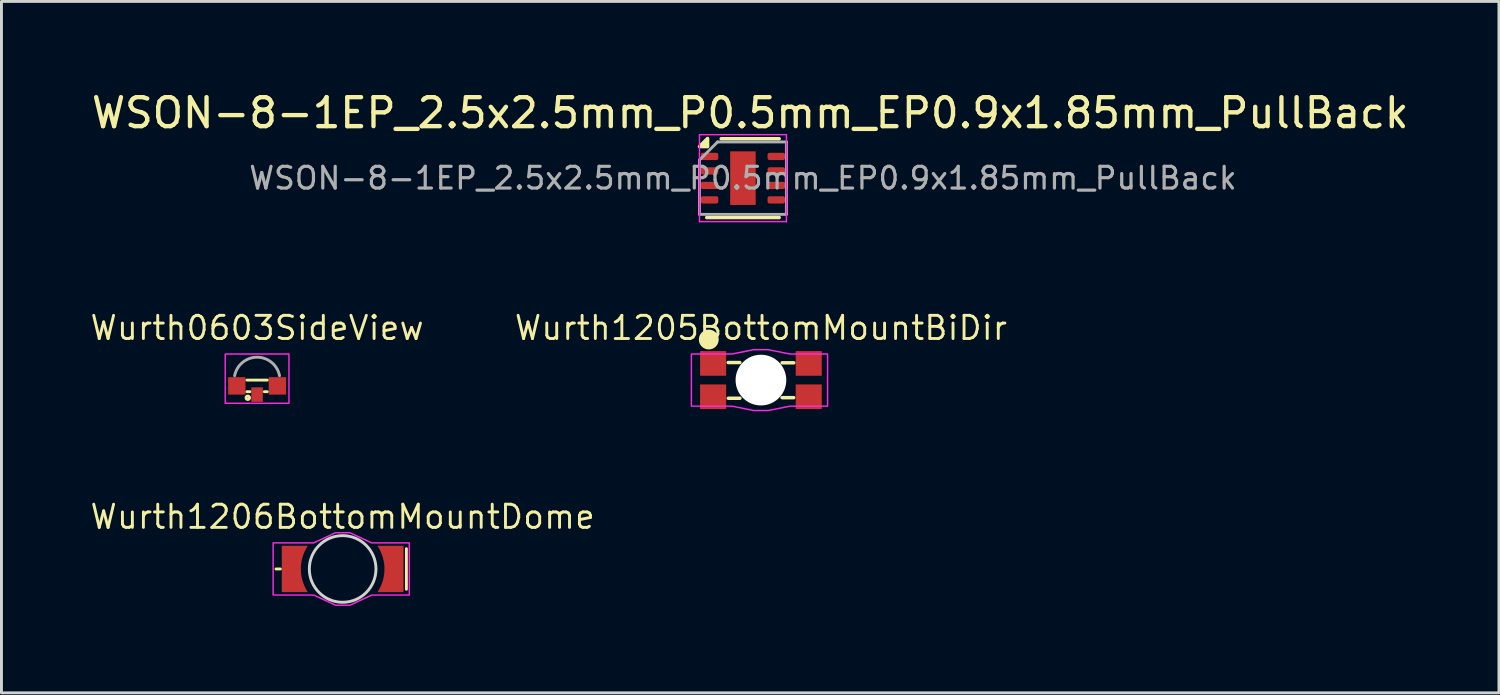
<source format=kicad_pcb>
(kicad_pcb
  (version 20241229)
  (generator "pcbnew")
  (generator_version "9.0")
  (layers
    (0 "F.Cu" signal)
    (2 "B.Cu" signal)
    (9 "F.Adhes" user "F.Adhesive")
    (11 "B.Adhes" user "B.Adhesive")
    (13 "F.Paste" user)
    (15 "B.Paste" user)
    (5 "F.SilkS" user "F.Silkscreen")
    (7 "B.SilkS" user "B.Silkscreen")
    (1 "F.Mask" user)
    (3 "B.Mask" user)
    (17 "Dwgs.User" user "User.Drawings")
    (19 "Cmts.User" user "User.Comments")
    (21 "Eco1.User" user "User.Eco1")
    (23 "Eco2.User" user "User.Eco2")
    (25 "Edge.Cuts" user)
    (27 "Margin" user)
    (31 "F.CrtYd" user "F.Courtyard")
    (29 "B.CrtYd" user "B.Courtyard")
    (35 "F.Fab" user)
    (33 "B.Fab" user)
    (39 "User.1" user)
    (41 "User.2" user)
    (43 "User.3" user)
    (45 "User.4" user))
  (footprint "Wurth0603SideView"
    (layer "F.Cu")
    (at 5.822 10.267)
    (property "Reference" "Wurth0603SideView" (at 0 -2 0) (unlocked yes) (layer "F.SilkS") (effects (font (size 0.8 0.8) (thickness 0.1))))
    (attr smd)
    (fp_line (start -0.35 -0.2) (end 0.35 -0.2) (stroke (width 0.1) (type default)) (layer "F.SilkS"))
    (fp_line (start -0.35 0.2) (end -0.25 0.2) (stroke (width 0.1) (type default)) (layer "F.SilkS"))
    (fp_line (start 0.25 0.2) (end 0.35 0.2) (stroke (width 0.1) (type default)) (layer "F.SilkS"))
    (fp_circle (center -0.321 0.41) (end -0.261 0.41) (stroke (width 0.1) (type default)) (fill no) (layer "F.SilkS"))
    (fp_rect (start -1.1 -1.1) (end 1.1 0.6) (stroke (width 0.05) (type default)) (fill no) (layer "F.CrtYd"))
    (fp_arc (start -0.774999 -0.35) (mid 0 -0.989382) (end 0.774999 -0.35) (stroke (width 0.1) (type default)) (layer "F.Fab"))
    (pad "" smd roundrect (at 0 0.3) (size 0.4 0.5) (property pad_prop_heatsink) (layers "F.Cu" "F.Mask" "F.Paste") (roundrect_rratio 0.02))
    (pad "1" smd roundrect (at -0.7 0) (size 0.6 0.6) (layers "F.Cu" "F.Mask" "F.Paste") (roundrect_rratio 0.02))
    (pad "2" smd roundrect (at 0.7 0) (size 0.6 0.6) (layers "F.Cu" "F.Mask" "F.Paste") (roundrect_rratio 0.02)))
  (footprint "Wurth1205BottomMountBiDir"
    (layer "F.Cu")
    (at 23.21 10.067)
    (property "Reference" "Wurth1205BottomMountBiDir" (at 0 -1.8 0) (unlocked yes) (layer "F.SilkS") (effects (font (size 0.8 0.8) (thickness 0.1))))
    (attr smd)
    (fp_line (start -1.13 -0.606) (end -0.73 -0.606) (stroke (width 0.12) (type default)) (layer "F.SilkS"))
    (fp_line (start -0.726 0.627) (end -1.126 0.627) (stroke (width 0.12) (type default)) (layer "F.SilkS"))
    (fp_line (start 0.732 -0.597) (end 1.132 -0.597) (stroke (width 0.12) (type default)) (layer "F.SilkS"))
    (fp_line (start 1.13 0.606) (end 0.73 0.606) (stroke (width 0.12) (type default)) (layer "F.SilkS"))
    (fp_circle (center -1.8 -1.4) (end -1.6 -1.2) (stroke (width 0.12) (type default)) (fill yes) (layer "F.SilkS"))
    (fp_poly (pts (xy -2.4 -0.9) (xy -1 -0.9) (xy -0.25 -1.05) (xy 0.25 -1.05) (xy 1 -0.9) (xy 2.3 -0.9) (xy 2.3 0.9) (xy 1 0.9) (xy 0.25 1.05) (xy -0.25 1.05) (xy -1 0.9) (xy -2.4 0.9)) (stroke (width 0.05) (type solid)) (fill no) (layer "F.CrtYd"))
    (pad "" np_thru_hole circle (at 0 0) (size 1.75 1.75) (drill 1.75) (layers "*.Cu" "*.Mask"))
    (pad "1" smd rect (at -1.65 -0.575 90) (size 0.85 0.9) (layers "F.Cu" "F.Mask" "F.Paste"))
    (pad "2" smd rect (at -1.65 0.575 90) (size 0.85 0.9) (layers "F.Cu" "F.Mask" "F.Paste"))
    (pad "3" smd rect (at 1.65 0.575 90) (size 0.85 0.9) (layers "F.Cu" "F.Mask" "F.Paste"))
    (pad "4" smd rect (at 1.65 -0.575 90) (size 0.85 0.9) (layers "F.Cu" "F.Mask" "F.Paste")))
  (footprint "Wurth1206BottomMountDome"
    (layer "F.Cu")
    (at 8.775 16.585)
    (property "Reference" "Wurth1206BottomMountDome" (at 0 -1.8 0) (unlocked yes) (layer "F.SilkS") (effects (font (size 0.8 0.8) (thickness 0.1))))
    (attr smd)
    (fp_line (start -2.15 0) (end -2.3 0) (stroke (width 0.1) (type default)) (layer "F.SilkS"))
    (fp_line (start 2.2 -0.7) (end 2.2 0.7) (stroke (width 0.1) (type default)) (layer "F.SilkS"))
    (fp_circle (center 0 0) (end 1.15 0) (stroke (width 0.1) (type default)) (fill no) (layer "Edge.Cuts"))
    (fp_poly (pts (xy -2.4 -0.9) (xy -1 -0.9) (xy -0.25 -1.25) (xy 0.25 -1.25) (xy 1 -0.9) (xy 2.3 -0.9) (xy 2.3 0.9) (xy 1 0.9) (xy 0.25 1.25) (xy -0.25 1.25) (xy -1 0.9) (xy -2.4 0.9)) (stroke (width 0.05) (type solid)) (fill no) (layer "F.CrtYd"))
    (pad "1" smd custom (at -1.8 0) (size 0.4 0.4) (property pad_prop_heatsink) (layers "F.Cu" "F.Mask" "F.Paste") (options (anchor circle)) (primitives (gr_poly (pts (xy -0.2 -0.242) (xy -0.199 -0.245) (xy -0.198 -0.248) (xy -0.195 -0.249) (xy -0.192 -0.25) (xy 0.192 -0.25) (xy 0.195 -0.249) (xy 0.198 -0.248) (xy 0.199 -0.245) (xy 0.2 -0.242) (xy 0.2 0.242) (xy 0.199 0.245) (xy 0.198 0.248) (xy 0.195 0.249) (xy 0.192 0.25) (xy -0.192 0.25) (xy -0.195 0.249) (xy -0.198 0.248) (xy -0.199 0.245) (xy -0.2 0.242)) (width 0) (fill yes)) (gr_poly (pts (arc (start 0.6 -0.8) (mid 0.357779 0) (end 0.6 0.8)) (xy -0.3 0.8) (xy -0.3 -0.8)) (width 0) (fill yes))))
    (pad "2" smd custom (at 1.8 0 180) (size 0.4 0.4) (property pad_prop_heatsink) (layers "F.Cu" "F.Mask" "F.Paste") (options (anchor circle)) (primitives (gr_poly (pts (xy -0.2 -0.242) (xy -0.199 -0.245) (xy -0.198 -0.248) (xy -0.195 -0.249) (xy -0.192 -0.25) (xy 0.192 -0.25) (xy 0.195 -0.249) (xy 0.198 -0.248) (xy 0.199 -0.245) (xy 0.2 -0.242) (xy 0.2 0.242) (xy 0.199 0.245) (xy 0.198 0.248) (xy 0.195 0.249) (xy 0.192 0.25) (xy -0.192 0.25) (xy -0.195 0.249) (xy -0.198 0.248) (xy -0.199 0.245) (xy -0.2 0.242)) (width 0) (fill yes)) (gr_poly (pts (arc (start 0.6 -0.8) (mid 0.357779 0) (end 0.6 0.8)) (xy -0.3 0.8) (xy -0.3 -0.8)) (width 0) (fill yes)))))
  (footprint "WSON-8-1EP_2.5x2.5mm_P0.5mm_EP0.9x1.85mm_PullBack"
    (layer "F.Cu")
    (at 22.589 3.098)
    (property "Reference" "WSON-8-1EP_2.5x2.5mm_P0.5mm_EP0.9x1.85mm_PullBack" (at 0.25 -2.25 0) (layer "F.SilkS") (effects (font (size 1 1) (thickness 0.15))))
    (attr smd)
    (fp_line (start -1.25 1.36) (end 1.25 1.36) (stroke (width 0.12) (type solid)) (layer "F.SilkS"))
    (fp_line (start -0.75 -1.36) (end 1.25 -1.36) (stroke (width 0.12) (type solid)) (layer "F.SilkS"))
    (fp_poly (pts (xy -1.22 -1.09) (xy -1.5 -1.09) (xy -1.22 -1.37) (xy -1.22 -1.09)) (stroke (width 0.12) (type solid)) (fill yes) (layer "F.SilkS"))
    (fp_line (start -1.5 -1.5) (end -1.5 1.5) (stroke (width 0.05) (type solid)) (layer "F.CrtYd"))
    (fp_line (start -1.5 1.5) (end 1.5 1.5) (stroke (width 0.05) (type solid)) (layer "F.CrtYd"))
    (fp_line (start 1.5 -1.5) (end -1.5 -1.5) (stroke (width 0.05) (type solid)) (layer "F.CrtYd"))
    (fp_line (start 1.5 1.5) (end 1.5 -1.5) (stroke (width 0.05) (type solid)) (layer "F.CrtYd"))
    (fp_line (start -1.5 -0.625) (end -0.875 -1.25) (stroke (width 0.1) (type solid)) (layer "F.Fab"))
    (fp_line (start -1.5 1.25) (end -1.5 -0.625) (stroke (width 0.1) (type solid)) (layer "F.Fab"))
    (fp_line (start -0.875 -1.25) (end 1.5 -1.25) (stroke (width 0.1) (type solid)) (layer "F.Fab"))
    (fp_line (start 1.5 -1.25) (end 1.5 1.25) (stroke (width 0.1) (type solid)) (layer "F.Fab"))
    (fp_line (start 1.5 1.25) (end -1.5 1.25) (stroke (width 0.1) (type solid)) (layer "F.Fab"))
    (fp_text user "${REFERENCE}" (at 0 0 0) (layer "F.Fab") (effects (font (size 0.75 0.75) (thickness 0.11))))
    (pad "1" smd roundrect (at -1.15 -0.75) (size 0.6 0.25) (layers "F.Cu" "F.Mask" "F.Paste") (roundrect_rratio 0.25))
    (pad "2" smd roundrect (at -1.15 -0.25) (size 0.6 0.25) (layers "F.Cu" "F.Mask" "F.Paste") (roundrect_rratio 0.25))
    (pad "3" smd roundrect (at -1.15 0.25) (size 0.6 0.25) (layers "F.Cu" "F.Mask" "F.Paste") (roundrect_rratio 0.25))
    (pad "4" smd roundrect (at -1.15 0.75) (size 0.6 0.25) (layers "F.Cu" "F.Mask" "F.Paste") (roundrect_rratio 0.25))
    (pad "5" smd roundrect (at 1.15 0.75) (size 0.6 0.25) (layers "F.Cu" "F.Mask" "F.Paste") (roundrect_rratio 0.25))
    (pad "6" smd roundrect (at 1.15 0.25) (size 0.6 0.25) (layers "F.Cu" "F.Mask" "F.Paste") (roundrect_rratio 0.25))
    (pad "7" smd roundrect (at 1.15 -0.25) (size 0.6 0.25) (layers "F.Cu" "F.Mask" "F.Paste") (roundrect_rratio 0.25))
    (pad "8" smd roundrect (at 1.15 -0.75) (size 0.6 0.25) (layers "F.Cu" "F.Mask" "F.Paste") (roundrect_rratio 0.25))
    (pad "9" smd rect (at 0 0) (size 0.88 1.85) (property pad_prop_heatsink) (layers "F.Cu" "F.Mask")))
  (gr_rect
    (start -3 -3)
    (end 48.679 20.86)
    (stroke (width 0.1) (type default))
    (fill no)
    (layer "Edge.Cuts")))
</source>
